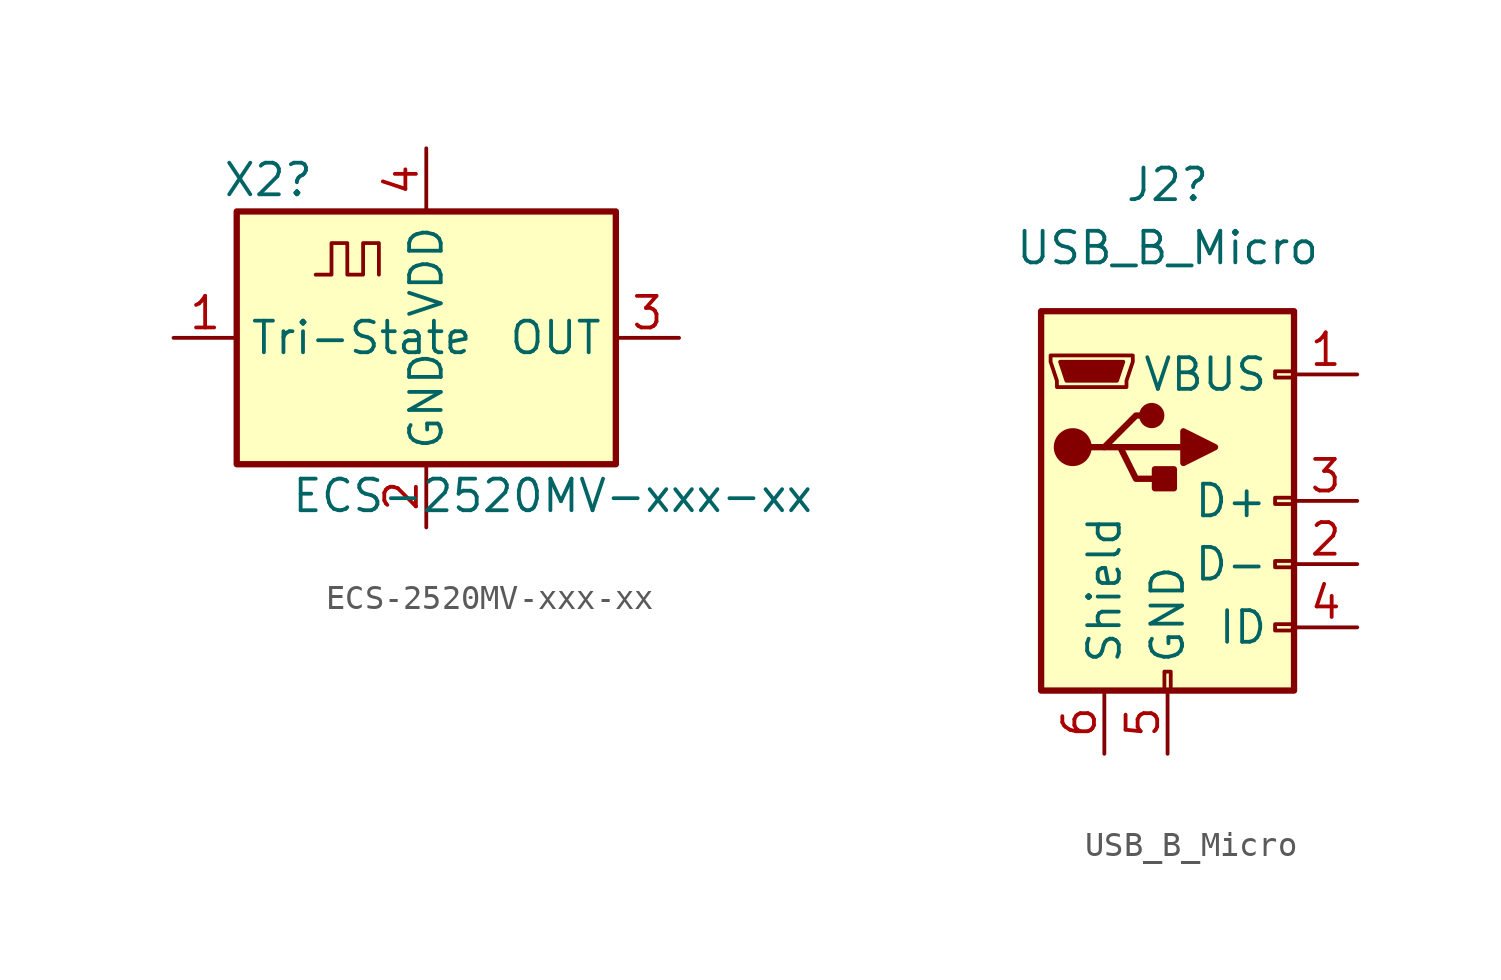
<source format=kicad_sym>
(kicad_symbol_lib
  (version 20220102)
  (generator kicad_symbol_editor)
  (symbol "ECS-2520MV-xxx-xx"
    (property "Reference" "X2"
      (at -6.35 6.35 0)
      (effects (font (size 1.27 1.27))))
    (property "Value" "ECS-2520MV-xxx-xx"
      (at 5.08 -6.35 0)
      (effects (font (size 1.27 1.27))))
    (symbol "ECS-2520MV-xxx-xx_0_1"
      (rectangle (start -7.62 5.08) (end 7.62 -5.08) (stroke (width 0.254) (type default)) (fill (type background)))
      (polyline (pts (xy -4.445 2.54) (xy -3.81 2.54) (xy -3.81 3.81) (xy -3.175 3.81) (xy -3.175 2.54) (xy -2.54 2.54) (xy -2.54 3.81) (xy -1.905 3.81) (xy -1.905 2.54)) (stroke (width 0) (type default)) (fill (type none))))
    (symbol "ECS-2520MV-xxx-xx_1_1"
      (pin input line (at -10.16 0 0) (length 2.54) (name "Tri-State" (effects (font (size 1.27 1.27)))) (number "1" (effects (font (size 1.27 1.27)))))
      (pin passive line (at 0 -7.62 90) (length 2.54) (name "GND" (effects (font (size 1.27 1.27)))) (number "2" (effects (font (size 1.27 1.27)))))
      (pin output line (at 10.16 0 180) (length 2.54) (name "OUT" (effects (font (size 1.27 1.27)))) (number "3" (effects (font (size 1.27 1.27)))))
      (pin power_in line (at 0 7.62 270) (length 2.54) (name "VDD" (effects (font (size 1.27 1.27)))) (number "4" (effects (font (size 1.27 1.27)))))))
  (symbol "USB_B_Micro"
    (pin_names
      (offset 1.016))
    (property "Reference" "J2"
      (at 0 12.7 0)
      (effects (font (size 1.27 1.27))))
    (property "Value" "USB_B_Micro"
      (at 0 10.16 0)
      (effects (font (size 1.27 1.27))))
    (symbol "USB_B_Micro_0_1"
      (rectangle (start -5.08 -7.62) (end 5.08 7.62) (stroke (width 0.254) (type default)) (fill (type background)))
      (circle (center -3.81 2.159) (radius 0.635) (stroke (width 0.254) (type default)) (fill (type outline)))
      (circle (center -0.635 3.429) (radius 0.381) (stroke (width 0.254) (type default)) (fill (type outline)))
      (rectangle (start -0.127 -7.62) (end 0.127 -6.858) (stroke (width 0) (type default)) (fill (type none)))
      (polyline (pts (xy -1.905 2.159) (xy 0.635 2.159)) (stroke (width 0.254) (type default)) (fill (type none)))
      (polyline (pts (xy -3.175 2.159) (xy -2.54 2.159) (xy -1.27 3.429) (xy -0.635 3.429)) (stroke (width 0.254) (type default)) (fill (type none)))
      (polyline (pts (xy -2.54 2.159) (xy -1.905 2.159) (xy -1.27 0.889) (xy 0 0.889)) (stroke (width 0.254) (type default)) (fill (type none)))
      (polyline (pts (xy 0.635 2.794) (xy 0.635 1.524) (xy 1.905 2.159) (xy 0.635 2.794)) (stroke (width 0.254) (type default)) (fill (type outline)))
      (polyline (pts (xy -4.318 5.588) (xy -1.778 5.588) (xy -2.032 4.826) (xy -4.064 4.826) (xy -4.318 5.588)) (stroke (width 0) (type default)) (fill (type outline)))
      (polyline (pts (xy -4.699 5.842) (xy -4.699 5.588) (xy -4.445 4.826) (xy -4.445 4.572) (xy -1.651 4.572) (xy -1.651 4.826) (xy -1.397 5.588) (xy -1.397 5.842) (xy -4.699 5.842)) (stroke (width 0) (type default)) (fill (type none)))
      (rectangle (start 0.254 1.27) (end -0.508 0.508) (stroke (width 0.254) (type default)) (fill (type outline)))
      (rectangle (start 5.08 -5.207) (end 4.318 -4.953) (stroke (width 0) (type default)) (fill (type none)))
      (rectangle (start 5.08 -2.667) (end 4.318 -2.413) (stroke (width 0) (type default)) (fill (type none)))
      (rectangle (start 5.08 -0.127) (end 4.318 0.127) (stroke (width 0) (type default)) (fill (type none)))
      (rectangle (start 5.08 4.953) (end 4.318 5.207) (stroke (width 0) (type default)) (fill (type none))))
    (symbol "USB_B_Micro_1_1"
      (pin power_out line (at 7.62 5.08 180) (length 2.54) (name "VBUS" (effects (font (size 1.27 1.27)))) (number "1" (effects (font (size 1.27 1.27)))))
      (pin bidirectional line (at 7.62 -2.54 180) (length 2.54) (name "D-" (effects (font (size 1.27 1.27)))) (number "2" (effects (font (size 1.27 1.27)))))
      (pin bidirectional line (at 7.62 0 180) (length 2.54) (name "D+" (effects (font (size 1.27 1.27)))) (number "3" (effects (font (size 1.27 1.27)))))
      (pin passive line (at 7.62 -5.08 180) (length 2.54) (name "ID" (effects (font (size 1.27 1.27)))) (number "4" (effects (font (size 1.27 1.27)))))
      (pin passive line (at 0 -10.16 90) (length 2.54) (name "GND" (effects (font (size 1.27 1.27)))) (number "5" (effects (font (size 1.27 1.27)))))
      (pin passive line (at -2.54 -10.16 90) (length 2.54) (name "Shield" (effects (font (size 1.27 1.27)))) (number "6" (effects (font (size 1.27 1.27))))))))
</source>
